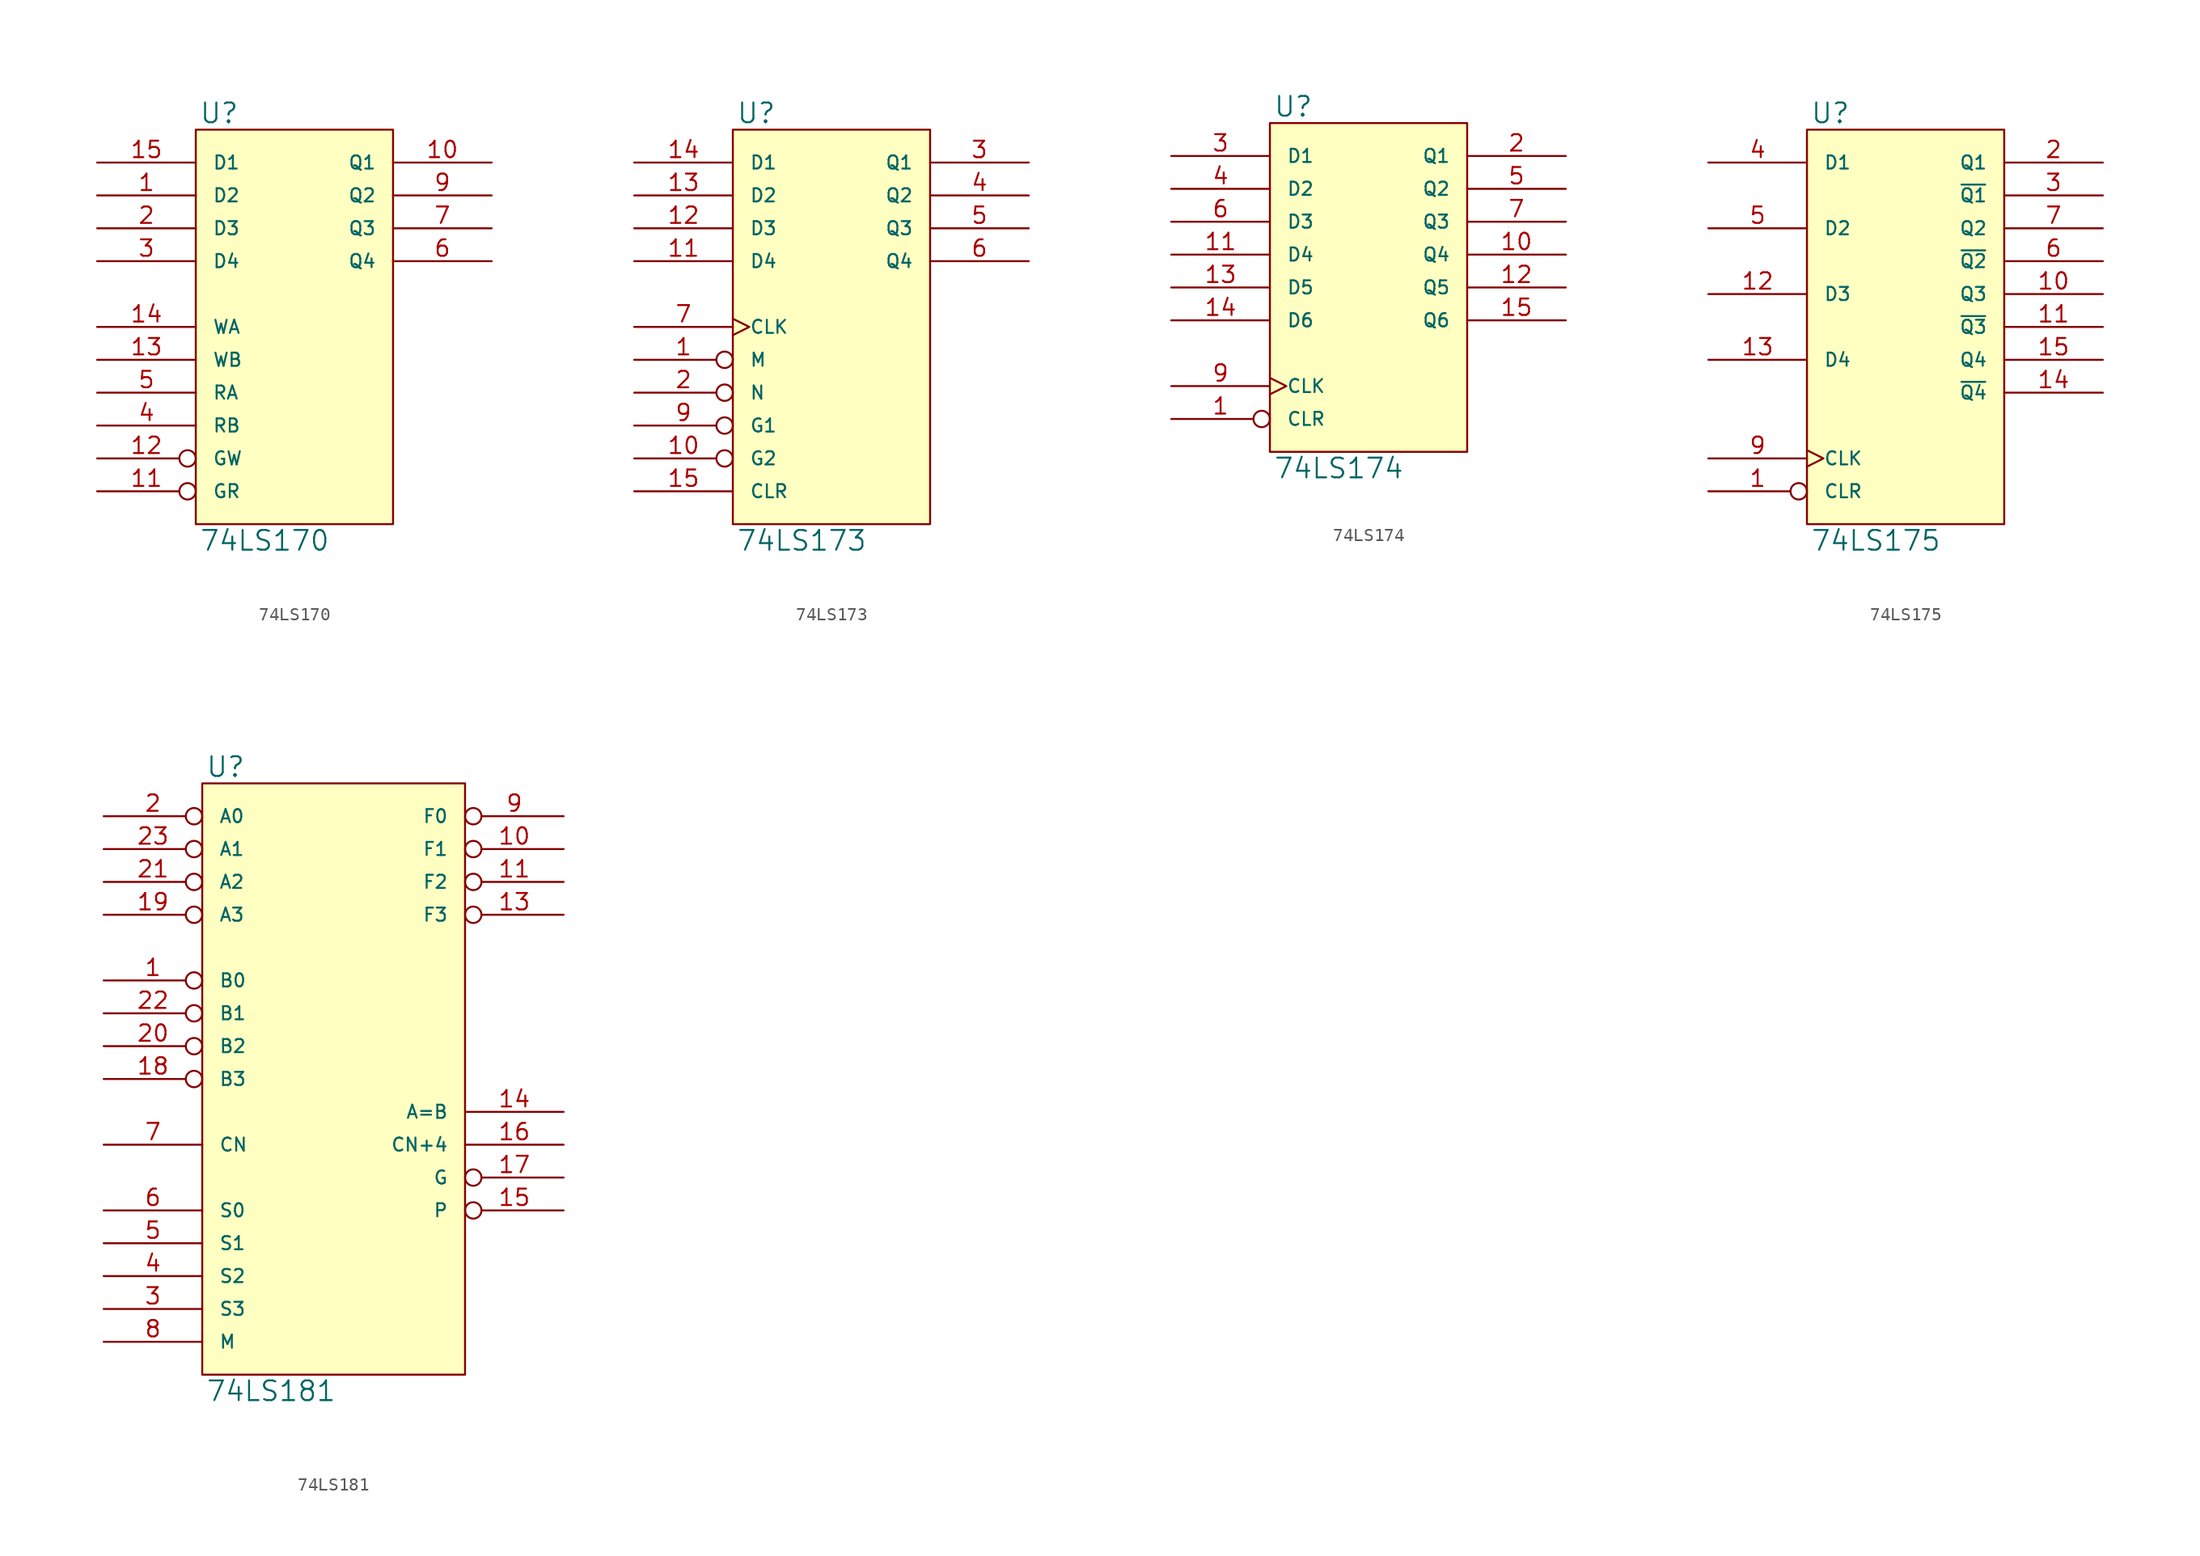
<source format=kicad_sym>
(kicad_symbol_lib
  (version 20231120)
  (generator "kicad_symbol_editor")
  (generator_version "8.0")
  (symbol "74LS170"
    (pin_names
      (offset 1.27))
    (property "Reference" "U"
      (at 0.254 0.381 0)
      (effects (font (size 1.524 1.524)) (justify left bottom)))
    (property "Value" "74LS170"
      (at 0.254 -30.861 0)
      (effects (font (size 1.524 1.524)) (justify left top)))
    (symbol "74LS170_0_1"
      (rectangle (start 0 0) (end 15.24 -30.48) (stroke (width 0) (type solid)) (fill (type background))))
    (symbol "74LS170_1_1"
      (pin input line (at -7.62 -5.08 0) (length 7.62) (name "D2" (effects (font (size 1.016 1.016)))) (number "1" (effects (font (size 1.27 1.27)))))
      (pin open_collector line (at 22.86 -2.54 180) (length 7.62) (name "Q1" (effects (font (size 1.016 1.016)))) (number "10" (effects (font (size 1.27 1.27)))))
      (pin input inverted (at -7.62 -27.94 0) (length 7.62) (name "GR" (effects (font (size 1.016 1.016)))) (number "11" (effects (font (size 1.27 1.27)))))
      (pin input inverted (at -7.62 -25.4 0) (length 7.62) (name "GW" (effects (font (size 1.016 1.016)))) (number "12" (effects (font (size 1.27 1.27)))))
      (pin input line (at -7.62 -17.78 0) (length 7.62) (name "WB" (effects (font (size 1.016 1.016)))) (number "13" (effects (font (size 1.27 1.27)))))
      (pin input line (at -7.62 -15.24 0) (length 7.62) (name "WA" (effects (font (size 1.016 1.016)))) (number "14" (effects (font (size 1.27 1.27)))))
      (pin input line (at -7.62 -2.54 0) (length 7.62) (name "D1" (effects (font (size 1.016 1.016)))) (number "15" (effects (font (size 1.27 1.27)))))
      (pin power_in line (at 0 0 270) (length 0) hide (name "VCC" (effects (font (size 1.016 1.016)))) (number "16" (effects (font (size 1.27 1.27)))))
      (pin input line (at -7.62 -7.62 0) (length 7.62) (name "D3" (effects (font (size 1.016 1.016)))) (number "2" (effects (font (size 1.27 1.27)))))
      (pin input line (at -7.62 -10.16 0) (length 7.62) (name "D4" (effects (font (size 1.016 1.016)))) (number "3" (effects (font (size 1.27 1.27)))))
      (pin input line (at -7.62 -22.86 0) (length 7.62) (name "RB" (effects (font (size 1.016 1.016)))) (number "4" (effects (font (size 1.27 1.27)))))
      (pin input line (at -7.62 -20.32 0) (length 7.62) (name "RA" (effects (font (size 1.016 1.016)))) (number "5" (effects (font (size 1.27 1.27)))))
      (pin open_collector line (at 22.86 -10.16 180) (length 7.62) (name "Q4" (effects (font (size 1.016 1.016)))) (number "6" (effects (font (size 1.27 1.27)))))
      (pin open_collector line (at 22.86 -7.62 180) (length 7.62) (name "Q3" (effects (font (size 1.016 1.016)))) (number "7" (effects (font (size 1.27 1.27)))))
      (pin power_in line (at 0 -30.48 90) (length 0) hide (name "GND" (effects (font (size 1.016 1.016)))) (number "8" (effects (font (size 1.27 1.27)))))
      (pin open_collector line (at 22.86 -5.08 180) (length 7.62) (name "Q2" (effects (font (size 1.016 1.016)))) (number "9" (effects (font (size 1.27 1.27)))))))
  (symbol "74LS173"
    (pin_names
      (offset 1.27))
    (property "Reference" "U"
      (at 0.254 0.381 0)
      (effects (font (size 1.524 1.524)) (justify left bottom)))
    (property "Value" "74LS173"
      (at 0.254 -30.861 0)
      (effects (font (size 1.524 1.524)) (justify left top)))
    (symbol "74LS173_0_1"
      (rectangle (start 0 0) (end 15.24 -30.48) (stroke (width 0) (type solid)) (fill (type background))))
    (symbol "74LS173_1_1"
      (pin input inverted (at -7.62 -17.78 0) (length 7.62) (name "M" (effects (font (size 1.016 1.016)))) (number "1" (effects (font (size 1.27 1.27)))))
      (pin input inverted (at -7.62 -25.4 0) (length 7.62) (name "G2" (effects (font (size 1.016 1.016)))) (number "10" (effects (font (size 1.27 1.27)))))
      (pin input line (at -7.62 -10.16 0) (length 7.62) (name "D4" (effects (font (size 1.016 1.016)))) (number "11" (effects (font (size 1.27 1.27)))))
      (pin input line (at -7.62 -7.62 0) (length 7.62) (name "D3" (effects (font (size 1.016 1.016)))) (number "12" (effects (font (size 1.27 1.27)))))
      (pin input line (at -7.62 -5.08 0) (length 7.62) (name "D2" (effects (font (size 1.016 1.016)))) (number "13" (effects (font (size 1.27 1.27)))))
      (pin input line (at -7.62 -2.54 0) (length 7.62) (name "D1" (effects (font (size 1.016 1.016)))) (number "14" (effects (font (size 1.27 1.27)))))
      (pin input line (at -7.62 -27.94 0) (length 7.62) (name "CLR" (effects (font (size 1.016 1.016)))) (number "15" (effects (font (size 1.27 1.27)))))
      (pin power_in line (at 0 0 270) (length 0) hide (name "VCC" (effects (font (size 1.016 1.016)))) (number "16" (effects (font (size 1.27 1.27)))))
      (pin input inverted (at -7.62 -20.32 0) (length 7.62) (name "N" (effects (font (size 1.016 1.016)))) (number "2" (effects (font (size 1.27 1.27)))))
      (pin tri_state line (at 22.86 -2.54 180) (length 7.62) (name "Q1" (effects (font (size 1.016 1.016)))) (number "3" (effects (font (size 1.27 1.27)))))
      (pin tri_state line (at 22.86 -5.08 180) (length 7.62) (name "Q2" (effects (font (size 1.016 1.016)))) (number "4" (effects (font (size 1.27 1.27)))))
      (pin tri_state line (at 22.86 -7.62 180) (length 7.62) (name "Q3" (effects (font (size 1.016 1.016)))) (number "5" (effects (font (size 1.27 1.27)))))
      (pin tri_state line (at 22.86 -10.16 180) (length 7.62) (name "Q4" (effects (font (size 1.016 1.016)))) (number "6" (effects (font (size 1.27 1.27)))))
      (pin input clock (at -7.62 -15.24 0) (length 7.62) (name "CLK" (effects (font (size 1.016 1.016)))) (number "7" (effects (font (size 1.27 1.27)))))
      (pin power_in line (at 0 -30.48 90) (length 0) hide (name "GND" (effects (font (size 1.016 1.016)))) (number "8" (effects (font (size 1.27 1.27)))))
      (pin input inverted (at -7.62 -22.86 0) (length 7.62) (name "G1" (effects (font (size 1.016 1.016)))) (number "9" (effects (font (size 1.27 1.27)))))))
  (symbol "74LS174"
    (pin_names
      (offset 1.27))
    (property "Reference" "U"
      (at 0.254 0.381 0)
      (effects (font (size 1.524 1.524)) (justify left bottom)))
    (property "Value" "74LS174"
      (at 0.254 -25.781 0)
      (effects (font (size 1.524 1.524)) (justify left top)))
    (symbol "74LS174_0_1"
      (rectangle (start 0 0) (end 15.24 -25.4) (stroke (width 0) (type solid)) (fill (type background))))
    (symbol "74LS174_1_1"
      (pin input inverted (at -7.62 -22.86 0) (length 7.62) (name "CLR" (effects (font (size 1.016 1.016)))) (number "1" (effects (font (size 1.27 1.27)))))
      (pin output line (at 22.86 -10.16 180) (length 7.62) (name "Q4" (effects (font (size 1.016 1.016)))) (number "10" (effects (font (size 1.27 1.27)))))
      (pin input line (at -7.62 -10.16 0) (length 7.62) (name "D4" (effects (font (size 1.016 1.016)))) (number "11" (effects (font (size 1.27 1.27)))))
      (pin output line (at 22.86 -12.7 180) (length 7.62) (name "Q5" (effects (font (size 1.016 1.016)))) (number "12" (effects (font (size 1.27 1.27)))))
      (pin input line (at -7.62 -12.7 0) (length 7.62) (name "D5" (effects (font (size 1.016 1.016)))) (number "13" (effects (font (size 1.27 1.27)))))
      (pin input line (at -7.62 -15.24 0) (length 7.62) (name "D6" (effects (font (size 1.016 1.016)))) (number "14" (effects (font (size 1.27 1.27)))))
      (pin output line (at 22.86 -15.24 180) (length 7.62) (name "Q6" (effects (font (size 1.016 1.016)))) (number "15" (effects (font (size 1.27 1.27)))))
      (pin power_in line (at 0 0 270) (length 0) hide (name "VCC" (effects (font (size 1.016 1.016)))) (number "16" (effects (font (size 1.27 1.27)))))
      (pin output line (at 22.86 -2.54 180) (length 7.62) (name "Q1" (effects (font (size 1.016 1.016)))) (number "2" (effects (font (size 1.27 1.27)))))
      (pin input line (at -7.62 -2.54 0) (length 7.62) (name "D1" (effects (font (size 1.016 1.016)))) (number "3" (effects (font (size 1.27 1.27)))))
      (pin input line (at -7.62 -5.08 0) (length 7.62) (name "D2" (effects (font (size 1.016 1.016)))) (number "4" (effects (font (size 1.27 1.27)))))
      (pin output line (at 22.86 -5.08 180) (length 7.62) (name "Q2" (effects (font (size 1.016 1.016)))) (number "5" (effects (font (size 1.27 1.27)))))
      (pin input line (at -7.62 -7.62 0) (length 7.62) (name "D3" (effects (font (size 1.016 1.016)))) (number "6" (effects (font (size 1.27 1.27)))))
      (pin output line (at 22.86 -7.62 180) (length 7.62) (name "Q3" (effects (font (size 1.016 1.016)))) (number "7" (effects (font (size 1.27 1.27)))))
      (pin power_in line (at 0 -25.4 90) (length 0) hide (name "GND" (effects (font (size 1.016 1.016)))) (number "8" (effects (font (size 1.27 1.27)))))
      (pin input clock (at -7.62 -20.32 0) (length 7.62) (name "CLK" (effects (font (size 1.016 1.016)))) (number "9" (effects (font (size 1.27 1.27)))))))
  (symbol "74LS175"
    (pin_names
      (offset 1.27))
    (property "Reference" "U"
      (at 0.254 0.381 0)
      (effects (font (size 1.524 1.524)) (justify left bottom)))
    (property "Value" "74LS175"
      (at 0.254 -30.861 0)
      (effects (font (size 1.524 1.524)) (justify left top)))
    (symbol "74LS175_0_1"
      (rectangle (start 0 0) (end 15.24 -30.48) (stroke (width 0) (type solid)) (fill (type background))))
    (symbol "74LS175_1_1"
      (pin input inverted (at -7.62 -27.94 0) (length 7.62) (name "CLR" (effects (font (size 1.016 1.016)))) (number "1" (effects (font (size 1.27 1.27)))))
      (pin output line (at 22.86 -12.7 180) (length 7.62) (name "Q3" (effects (font (size 1.016 1.016)))) (number "10" (effects (font (size 1.27 1.27)))))
      (pin output line (at 22.86 -15.24 180) (length 7.62) (name "~{Q3}" (effects (font (size 1.016 1.016)))) (number "11" (effects (font (size 1.27 1.27)))))
      (pin input line (at -7.62 -12.7 0) (length 7.62) (name "D3" (effects (font (size 1.016 1.016)))) (number "12" (effects (font (size 1.27 1.27)))))
      (pin input line (at -7.62 -17.78 0) (length 7.62) (name "D4" (effects (font (size 1.016 1.016)))) (number "13" (effects (font (size 1.27 1.27)))))
      (pin output line (at 22.86 -20.32 180) (length 7.62) (name "~{Q4}" (effects (font (size 1.016 1.016)))) (number "14" (effects (font (size 1.27 1.27)))))
      (pin output line (at 22.86 -17.78 180) (length 7.62) (name "Q4" (effects (font (size 1.016 1.016)))) (number "15" (effects (font (size 1.27 1.27)))))
      (pin power_in line (at 0 0 270) (length 0) hide (name "VCC" (effects (font (size 1.016 1.016)))) (number "16" (effects (font (size 1.27 1.27)))))
      (pin output line (at 22.86 -2.54 180) (length 7.62) (name "Q1" (effects (font (size 1.016 1.016)))) (number "2" (effects (font (size 1.27 1.27)))))
      (pin output line (at 22.86 -5.08 180) (length 7.62) (name "~{Q1}" (effects (font (size 1.016 1.016)))) (number "3" (effects (font (size 1.27 1.27)))))
      (pin input line (at -7.62 -2.54 0) (length 7.62) (name "D1" (effects (font (size 1.016 1.016)))) (number "4" (effects (font (size 1.27 1.27)))))
      (pin input line (at -7.62 -7.62 0) (length 7.62) (name "D2" (effects (font (size 1.016 1.016)))) (number "5" (effects (font (size 1.27 1.27)))))
      (pin output line (at 22.86 -10.16 180) (length 7.62) (name "~{Q2}" (effects (font (size 1.016 1.016)))) (number "6" (effects (font (size 1.27 1.27)))))
      (pin output line (at 22.86 -7.62 180) (length 7.62) (name "Q2" (effects (font (size 1.016 1.016)))) (number "7" (effects (font (size 1.27 1.27)))))
      (pin power_in line (at 0 -30.48 90) (length 0) hide (name "GND" (effects (font (size 1.016 1.016)))) (number "8" (effects (font (size 1.27 1.27)))))
      (pin input clock (at -7.62 -25.4 0) (length 7.62) (name "CLK" (effects (font (size 1.016 1.016)))) (number "9" (effects (font (size 1.27 1.27)))))))
  (symbol "74LS181"
    (pin_names
      (offset 1.27))
    (property "Reference" "U"
      (at 0.254 0.381 0)
      (effects (font (size 1.524 1.524)) (justify left bottom)))
    (property "Value" "74LS181"
      (at 0.254 -46.101 0)
      (effects (font (size 1.524 1.524)) (justify left top)))
    (symbol "74LS181_0_1"
      (rectangle (start 0 0) (end 20.32 -45.72) (stroke (width 0) (type solid)) (fill (type background))))
    (symbol "74LS181_1_1"
      (pin input inverted (at -7.62 -15.24 0) (length 7.62) (name "B0" (effects (font (size 1.016 1.016)))) (number "1" (effects (font (size 1.27 1.27)))))
      (pin output inverted (at 27.94 -5.08 180) (length 7.62) (name "F1" (effects (font (size 1.016 1.016)))) (number "10" (effects (font (size 1.27 1.27)))))
      (pin output inverted (at 27.94 -7.62 180) (length 7.62) (name "F2" (effects (font (size 1.016 1.016)))) (number "11" (effects (font (size 1.27 1.27)))))
      (pin power_in line (at 0 -45.72 90) (length 0) hide (name "GND" (effects (font (size 1.016 1.016)))) (number "12" (effects (font (size 1.27 1.27)))))
      (pin output inverted (at 27.94 -10.16 180) (length 7.62) (name "F3" (effects (font (size 1.016 1.016)))) (number "13" (effects (font (size 1.27 1.27)))))
      (pin output line (at 27.94 -25.4 180) (length 7.62) (name "A=B" (effects (font (size 1.016 1.016)))) (number "14" (effects (font (size 1.27 1.27)))))
      (pin output inverted (at 27.94 -33.02 180) (length 7.62) (name "P" (effects (font (size 1.016 1.016)))) (number "15" (effects (font (size 1.27 1.27)))))
      (pin output line (at 27.94 -27.94 180) (length 7.62) (name "CN+4" (effects (font (size 1.016 1.016)))) (number "16" (effects (font (size 1.27 1.27)))))
      (pin output inverted (at 27.94 -30.48 180) (length 7.62) (name "G" (effects (font (size 1.016 1.016)))) (number "17" (effects (font (size 1.27 1.27)))))
      (pin input inverted (at -7.62 -22.86 0) (length 7.62) (name "B3" (effects (font (size 1.016 1.016)))) (number "18" (effects (font (size 1.27 1.27)))))
      (pin input inverted (at -7.62 -10.16 0) (length 7.62) (name "A3" (effects (font (size 1.016 1.016)))) (number "19" (effects (font (size 1.27 1.27)))))
      (pin input inverted (at -7.62 -2.54 0) (length 7.62) (name "A0" (effects (font (size 1.016 1.016)))) (number "2" (effects (font (size 1.27 1.27)))))
      (pin input inverted (at -7.62 -20.32 0) (length 7.62) (name "B2" (effects (font (size 1.016 1.016)))) (number "20" (effects (font (size 1.27 1.27)))))
      (pin input inverted (at -7.62 -7.62 0) (length 7.62) (name "A2" (effects (font (size 1.016 1.016)))) (number "21" (effects (font (size 1.27 1.27)))))
      (pin input inverted (at -7.62 -17.78 0) (length 7.62) (name "B1" (effects (font (size 1.016 1.016)))) (number "22" (effects (font (size 1.27 1.27)))))
      (pin input inverted (at -7.62 -5.08 0) (length 7.62) (name "A1" (effects (font (size 1.016 1.016)))) (number "23" (effects (font (size 1.27 1.27)))))
      (pin power_in line (at 0 0 270) (length 0) hide (name "VCC" (effects (font (size 1.016 1.016)))) (number "24" (effects (font (size 1.27 1.27)))))
      (pin input line (at -7.62 -40.64 0) (length 7.62) (name "S3" (effects (font (size 1.016 1.016)))) (number "3" (effects (font (size 1.27 1.27)))))
      (pin input line (at -7.62 -38.1 0) (length 7.62) (name "S2" (effects (font (size 1.016 1.016)))) (number "4" (effects (font (size 1.27 1.27)))))
      (pin input line (at -7.62 -35.56 0) (length 7.62) (name "S1" (effects (font (size 1.016 1.016)))) (number "5" (effects (font (size 1.27 1.27)))))
      (pin input line (at -7.62 -33.02 0) (length 7.62) (name "S0" (effects (font (size 1.016 1.016)))) (number "6" (effects (font (size 1.27 1.27)))))
      (pin input line (at -7.62 -27.94 0) (length 7.62) (name "CN" (effects (font (size 1.016 1.016)))) (number "7" (effects (font (size 1.27 1.27)))))
      (pin input line (at -7.62 -43.18 0) (length 7.62) (name "M" (effects (font (size 1.016 1.016)))) (number "8" (effects (font (size 1.27 1.27)))))
      (pin output inverted (at 27.94 -2.54 180) (length 7.62) (name "F0" (effects (font (size 1.016 1.016)))) (number "9" (effects (font (size 1.27 1.27))))))))
</source>
